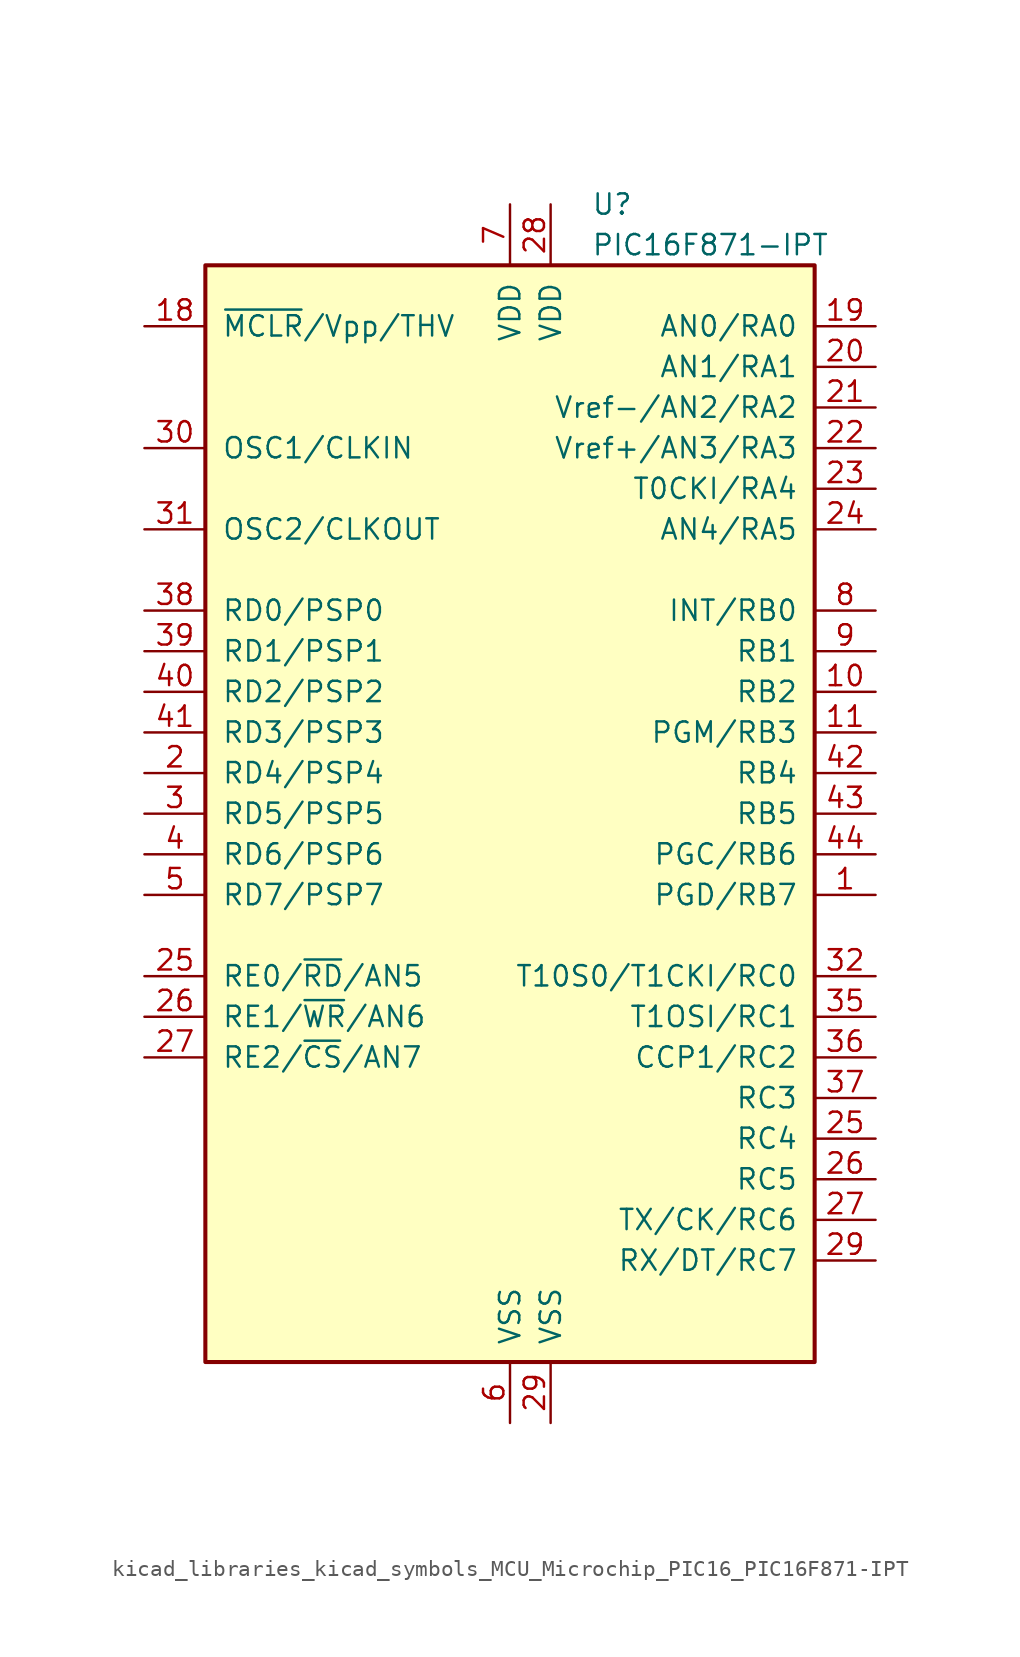
<source format=kicad_sym>
(kicad_symbol_lib
  (version 20220914)
  (generator kicad_symbol_editor)
  (symbol "kicad_libraries_kicad_symbols_MCU_Microchip_PIC16_PIC16F871-IPT"
    (pin_names
      (offset 1.016))
    (property "Reference" "U"
      (at 5.08 38.1 0)
      (effects (font (size 1.27 1.27)) (justify left)))
    (property "Value" "PIC16F871-IPT"
      (at 5.08 35.56 0)
      (effects (font (size 1.27 1.27)) (justify left)))
    (symbol "kicad_libraries_kicad_symbols_MCU_Microchip_PIC16_PIC16F871-IPT_0_1"
      (rectangle (start -19.05 -34.29) (end 19.05 34.29) (stroke (width 0.254) (type default)) (fill (type background))))
    (symbol "kicad_libraries_kicad_symbols_MCU_Microchip_PIC16_PIC16F871-IPT_1_1"
      (pin bidirectional line (at 22.86 -5.08 180) (length 3.81) (name "PGD/RB7" (effects (font (size 1.27 1.27)))) (number "1" (effects (font (size 1.27 1.27)))))
      (pin bidirectional line (at 22.86 7.62 180) (length 3.81) (name "RB2" (effects (font (size 1.27 1.27)))) (number "10" (effects (font (size 1.27 1.27)))))
      (pin bidirectional line (at 22.86 5.08 180) (length 3.81) (name "PGM/RB3" (effects (font (size 1.27 1.27)))) (number "11" (effects (font (size 1.27 1.27)))))
      (pin input line (at -22.86 30.48 0) (length 3.81) (name "~{MCLR}/Vpp/THV" (effects (font (size 1.27 1.27)))) (number "18" (effects (font (size 1.27 1.27)))))
      (pin bidirectional line (at 22.86 30.48 180) (length 3.81) (name "AN0/RA0" (effects (font (size 1.27 1.27)))) (number "19" (effects (font (size 1.27 1.27)))))
      (pin bidirectional line (at -22.86 2.54 0) (length 3.81) (name "RD4/PSP4" (effects (font (size 1.27 1.27)))) (number "2" (effects (font (size 1.27 1.27)))))
      (pin bidirectional line (at 22.86 27.94 180) (length 3.81) (name "AN1/RA1" (effects (font (size 1.27 1.27)))) (number "20" (effects (font (size 1.27 1.27)))))
      (pin bidirectional line (at 22.86 25.4 180) (length 3.81) (name "Vref-/AN2/RA2" (effects (font (size 1.27 1.27)))) (number "21" (effects (font (size 1.27 1.27)))))
      (pin bidirectional line (at 22.86 22.86 180) (length 3.81) (name "Vref+/AN3/RA3" (effects (font (size 1.27 1.27)))) (number "22" (effects (font (size 1.27 1.27)))))
      (pin bidirectional line (at 22.86 20.32 180) (length 3.81) (name "T0CKI/RA4" (effects (font (size 1.27 1.27)))) (number "23" (effects (font (size 1.27 1.27)))))
      (pin bidirectional line (at 22.86 17.78 180) (length 3.81) (name "AN4/RA5" (effects (font (size 1.27 1.27)))) (number "24" (effects (font (size 1.27 1.27)))))
      (pin bidirectional line (at 22.86 -20.32 180) (length 3.81) (name "RC4" (effects (font (size 1.27 1.27)))) (number "25" (effects (font (size 1.27 1.27)))))
      (pin bidirectional line (at -22.86 -10.16 0) (length 3.81) (name "RE0/~{RD}/AN5" (effects (font (size 1.27 1.27)))) (number "25" (effects (font (size 1.27 1.27)))))
      (pin bidirectional line (at 22.86 -22.86 180) (length 3.81) (name "RC5" (effects (font (size 1.27 1.27)))) (number "26" (effects (font (size 1.27 1.27)))))
      (pin bidirectional line (at -22.86 -12.7 0) (length 3.81) (name "RE1/~{WR}/AN6" (effects (font (size 1.27 1.27)))) (number "26" (effects (font (size 1.27 1.27)))))
      (pin bidirectional line (at -22.86 -15.24 0) (length 3.81) (name "RE2/~{CS}/AN7" (effects (font (size 1.27 1.27)))) (number "27" (effects (font (size 1.27 1.27)))))
      (pin bidirectional line (at 22.86 -25.4 180) (length 3.81) (name "TX/CK/RC6" (effects (font (size 1.27 1.27)))) (number "27" (effects (font (size 1.27 1.27)))))
      (pin power_in line (at 2.54 38.1 270) (length 3.81) (name "VDD" (effects (font (size 1.27 1.27)))) (number "28" (effects (font (size 1.27 1.27)))))
      (pin bidirectional line (at 22.86 -27.94 180) (length 3.81) (name "RX/DT/RC7" (effects (font (size 1.27 1.27)))) (number "29" (effects (font (size 1.27 1.27)))))
      (pin power_in line (at 2.54 -38.1 90) (length 3.81) (name "VSS" (effects (font (size 1.27 1.27)))) (number "29" (effects (font (size 1.27 1.27)))))
      (pin bidirectional line (at -22.86 0 0) (length 3.81) (name "RD5/PSP5" (effects (font (size 1.27 1.27)))) (number "3" (effects (font (size 1.27 1.27)))))
      (pin input line (at -22.86 22.86 0) (length 3.81) (name "OSC1/CLKIN" (effects (font (size 1.27 1.27)))) (number "30" (effects (font (size 1.27 1.27)))))
      (pin output line (at -22.86 17.78 0) (length 3.81) (name "OSC2/CLKOUT" (effects (font (size 1.27 1.27)))) (number "31" (effects (font (size 1.27 1.27)))))
      (pin bidirectional line (at 22.86 -10.16 180) (length 3.81) (name "T10S0/T1CKI/RC0" (effects (font (size 1.27 1.27)))) (number "32" (effects (font (size 1.27 1.27)))))
      (pin bidirectional line (at 22.86 -12.7 180) (length 3.81) (name "T1OSI/RC1" (effects (font (size 1.27 1.27)))) (number "35" (effects (font (size 1.27 1.27)))))
      (pin bidirectional line (at 22.86 -15.24 180) (length 3.81) (name "CCP1/RC2" (effects (font (size 1.27 1.27)))) (number "36" (effects (font (size 1.27 1.27)))))
      (pin bidirectional line (at 22.86 -17.78 180) (length 3.81) (name "RC3" (effects (font (size 1.27 1.27)))) (number "37" (effects (font (size 1.27 1.27)))))
      (pin bidirectional line (at -22.86 12.7 0) (length 3.81) (name "RD0/PSP0" (effects (font (size 1.27 1.27)))) (number "38" (effects (font (size 1.27 1.27)))))
      (pin bidirectional line (at -22.86 10.16 0) (length 3.81) (name "RD1/PSP1" (effects (font (size 1.27 1.27)))) (number "39" (effects (font (size 1.27 1.27)))))
      (pin bidirectional line (at -22.86 -2.54 0) (length 3.81) (name "RD6/PSP6" (effects (font (size 1.27 1.27)))) (number "4" (effects (font (size 1.27 1.27)))))
      (pin bidirectional line (at -22.86 7.62 0) (length 3.81) (name "RD2/PSP2" (effects (font (size 1.27 1.27)))) (number "40" (effects (font (size 1.27 1.27)))))
      (pin bidirectional line (at -22.86 5.08 0) (length 3.81) (name "RD3/PSP3" (effects (font (size 1.27 1.27)))) (number "41" (effects (font (size 1.27 1.27)))))
      (pin bidirectional line (at 22.86 2.54 180) (length 3.81) (name "RB4" (effects (font (size 1.27 1.27)))) (number "42" (effects (font (size 1.27 1.27)))))
      (pin bidirectional line (at 22.86 0 180) (length 3.81) (name "RB5" (effects (font (size 1.27 1.27)))) (number "43" (effects (font (size 1.27 1.27)))))
      (pin bidirectional line (at 22.86 -2.54 180) (length 3.81) (name "PGC/RB6" (effects (font (size 1.27 1.27)))) (number "44" (effects (font (size 1.27 1.27)))))
      (pin bidirectional line (at -22.86 -5.08 0) (length 3.81) (name "RD7/PSP7" (effects (font (size 1.27 1.27)))) (number "5" (effects (font (size 1.27 1.27)))))
      (pin power_in line (at 0 -38.1 90) (length 3.81) (name "VSS" (effects (font (size 1.27 1.27)))) (number "6" (effects (font (size 1.27 1.27)))))
      (pin power_in line (at 0 38.1 270) (length 3.81) (name "VDD" (effects (font (size 1.27 1.27)))) (number "7" (effects (font (size 1.27 1.27)))))
      (pin bidirectional line (at 22.86 12.7 180) (length 3.81) (name "INT/RB0" (effects (font (size 1.27 1.27)))) (number "8" (effects (font (size 1.27 1.27)))))
      (pin bidirectional line (at 22.86 10.16 180) (length 3.81) (name "RB1" (effects (font (size 1.27 1.27)))) (number "9" (effects (font (size 1.27 1.27))))))))
</source>
